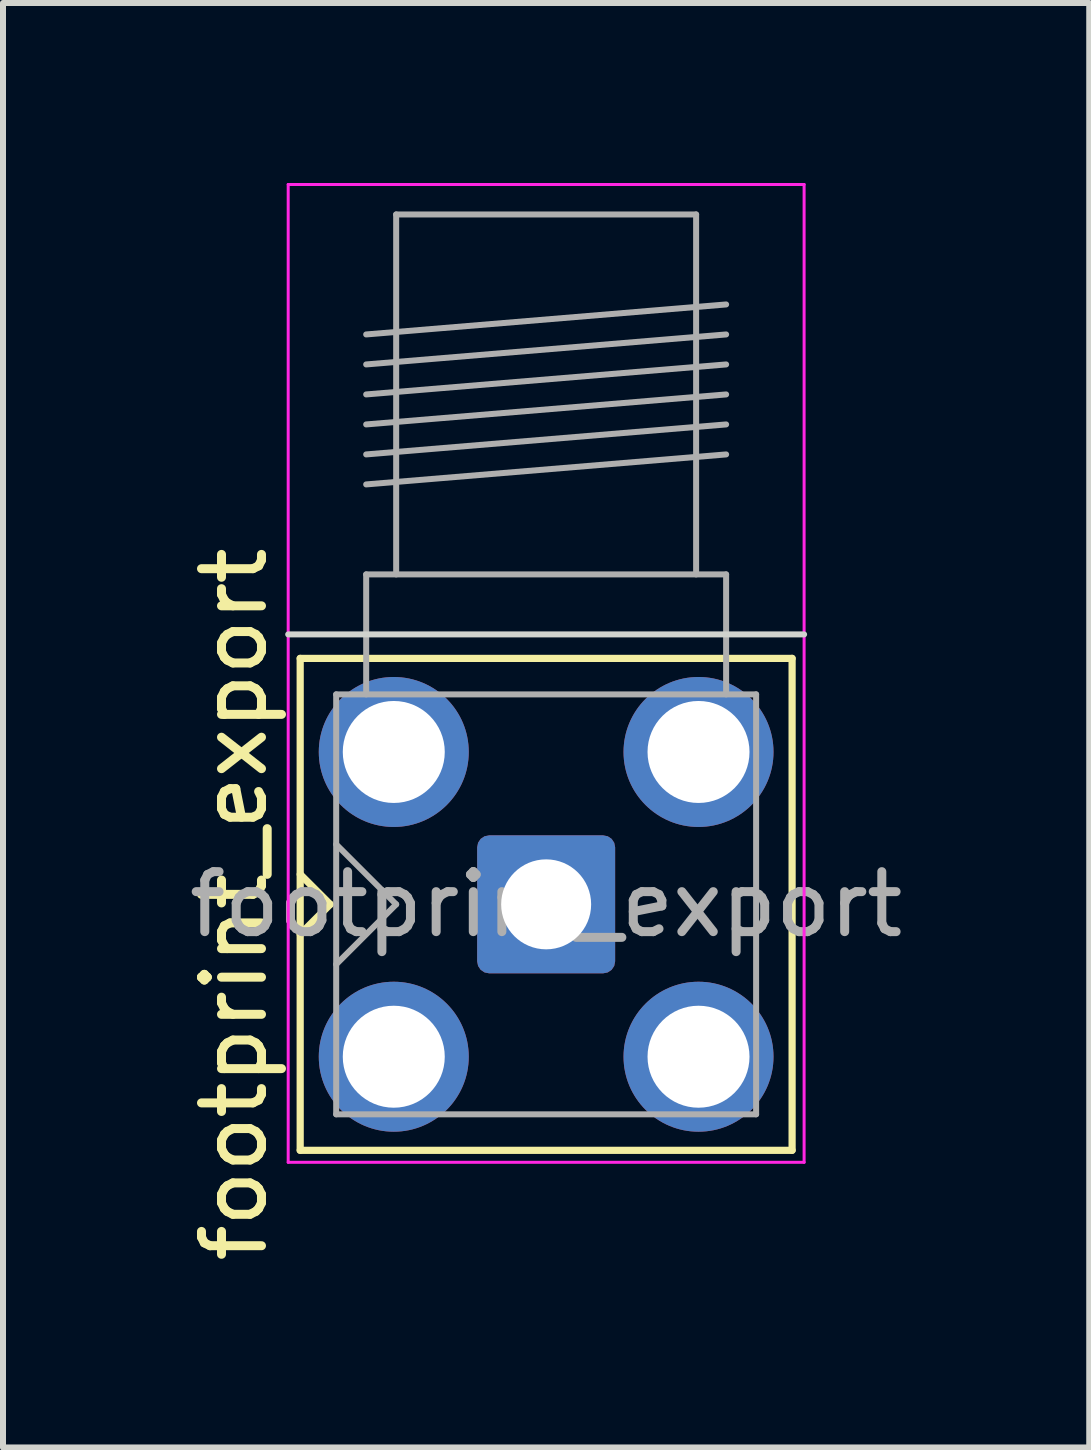
<source format=kicad_pcb>
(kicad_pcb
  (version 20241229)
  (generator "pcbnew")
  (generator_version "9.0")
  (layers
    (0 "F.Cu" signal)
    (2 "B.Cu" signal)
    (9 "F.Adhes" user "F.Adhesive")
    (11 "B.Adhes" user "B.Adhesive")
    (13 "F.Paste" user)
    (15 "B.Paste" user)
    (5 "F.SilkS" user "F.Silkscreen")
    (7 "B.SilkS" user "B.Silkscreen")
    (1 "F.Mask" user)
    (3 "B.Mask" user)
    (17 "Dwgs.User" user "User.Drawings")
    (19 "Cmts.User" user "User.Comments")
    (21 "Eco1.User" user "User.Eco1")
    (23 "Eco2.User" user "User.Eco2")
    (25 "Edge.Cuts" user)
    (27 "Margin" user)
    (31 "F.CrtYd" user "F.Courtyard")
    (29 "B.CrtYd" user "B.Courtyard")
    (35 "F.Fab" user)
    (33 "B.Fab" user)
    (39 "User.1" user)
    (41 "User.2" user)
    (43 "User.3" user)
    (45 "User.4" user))
  (footprint "footprint_export"
    (layer "F.Cu")
    (at 6.054 12.025)
    (property "Reference" "footprint_export" (at -5.2 0 90) (layer "F.SilkS") (effects (font (size 1 1) (thickness 0.15))))
    (attr through_hole)
    (fp_line (start -4.1 -4.1) (end -4.1 4.1) (stroke (width 0.12) (type solid)) (layer "F.SilkS"))
    (fp_line (start -4.1 -4.1) (end 4.1 -4.1) (stroke (width 0.12) (type solid)) (layer "F.SilkS"))
    (fp_line (start -4.1 0.5) (end -3.6 0) (stroke (width 0.12) (type solid)) (layer "F.SilkS"))
    (fp_line (start -4.1 4.1) (end 4.1 4.1) (stroke (width 0.12) (type solid)) (layer "F.SilkS"))
    (fp_line (start -3.6 0) (end -4.1 -0.5) (stroke (width 0.12) (type solid)) (layer "F.SilkS"))
    (fp_line (start 4.1 -4.1) (end 4.1 4.1) (stroke (width 0.12) (type solid)) (layer "F.SilkS"))
    (fp_line (start 4.3 -4.5) (end -4.3 -4.5) (stroke (width 0.1) (type solid)) (layer "Edge.Cuts"))
    (fp_line (start -4.3 -12) (end -4.3 4.3) (stroke (width 0.05) (type solid)) (layer "F.CrtYd"))
    (fp_line (start -4.3 -12) (end 4.3 -12) (stroke (width 0.05) (type solid)) (layer "F.CrtYd"))
    (fp_line (start 4.3 4.3) (end -4.3 4.3) (stroke (width 0.05) (type solid)) (layer "F.CrtYd"))
    (fp_line (start 4.3 4.3) (end 4.3 -12) (stroke (width 0.05) (type solid)) (layer "F.CrtYd"))
    (fp_line (start -3.5 -3.5) (end -3.5 3.5) (stroke (width 0.1) (type solid)) (layer "F.Fab"))
    (fp_line (start -3.5 -3.5) (end 3.5 -3.5) (stroke (width 0.1) (type solid)) (layer "F.Fab"))
    (fp_line (start -3.5 -1) (end -2.5 0) (stroke (width 0.1) (type solid)) (layer "F.Fab"))
    (fp_line (start -3.5 3.5) (end 3.5 3.5) (stroke (width 0.1) (type solid)) (layer "F.Fab"))
    (fp_line (start -3 -9.5) (end 3 -10) (stroke (width 0.1) (type solid)) (layer "F.Fab"))
    (fp_line (start -3 -9) (end 3 -9.5) (stroke (width 0.1) (type solid)) (layer "F.Fab"))
    (fp_line (start -3 -8.5) (end 3 -9) (stroke (width 0.1) (type solid)) (layer "F.Fab"))
    (fp_line (start -3 -8) (end 3 -8.5) (stroke (width 0.1) (type solid)) (layer "F.Fab"))
    (fp_line (start -3 -7.5) (end 3 -8) (stroke (width 0.1) (type solid)) (layer "F.Fab"))
    (fp_line (start -3 -7) (end 3 -7.5) (stroke (width 0.1) (type solid)) (layer "F.Fab"))
    (fp_line (start -3 -5.5) (end -3 -3.5) (stroke (width 0.1) (type solid)) (layer "F.Fab"))
    (fp_line (start -2.5 -11.5) (end -2.5 -5.5) (stroke (width 0.1) (type solid)) (layer "F.Fab"))
    (fp_line (start -2.5 -11.5) (end 2.5 -11.5) (stroke (width 0.1) (type solid)) (layer "F.Fab"))
    (fp_line (start -2.5 0) (end -3.5 1) (stroke (width 0.1) (type solid)) (layer "F.Fab"))
    (fp_line (start 2.5 -11.5) (end 2.5 -5.5) (stroke (width 0.1) (type solid)) (layer "F.Fab"))
    (fp_line (start 3 -5.5) (end -3 -5.5) (stroke (width 0.1) (type solid)) (layer "F.Fab"))
    (fp_line (start 3 -5.5) (end 3 -3.5) (stroke (width 0.1) (type solid)) (layer "F.Fab"))
    (fp_line (start 3.5 -3.5) (end 3.5 3.5) (stroke (width 0.1) (type solid)) (layer "F.Fab"))
    (fp_text user "${REFERENCE}" (at 0 0 0) (layer "F.Fab") (effects (font (size 1 1) (thickness 0.15))))
    (pad "1" thru_hole roundrect (at 0 0) (size 2.3 2.3) (drill 1.5) (layers "*.Cu" "*.Mask") (remove_unused_layers yes) (keep_end_layers yes) (zone_layer_connections) (roundrect_rratio 0.087))
    (pad "2" thru_hole circle (at -2.54 -2.54) (size 2.5 2.5) (drill 1.7) (layers "*.Cu" "*.Mask") (remove_unused_layers yes) (keep_end_layers yes) (zone_layer_connections))
    (pad "2" thru_hole circle (at -2.54 2.54) (size 2.5 2.5) (drill 1.7) (layers "*.Cu" "*.Mask") (remove_unused_layers yes) (keep_end_layers yes) (zone_layer_connections))
    (pad "2" thru_hole circle (at 2.54 -2.54) (size 2.5 2.5) (drill 1.7) (layers "*.Cu" "*.Mask") (remove_unused_layers yes) (keep_end_layers yes) (zone_layer_connections))
    (pad "2" thru_hole circle (at 2.54 2.54) (size 2.5 2.5) (drill 1.7) (layers "*.Cu" "*.Mask") (remove_unused_layers yes) (keep_end_layers yes) (zone_layer_connections)))
  (gr_rect
    (start -3 -3)
    (end 15.107 21.079)
    (stroke (width 0.1) (type default))
    (fill no)
    (layer "Edge.Cuts")))
</source>
